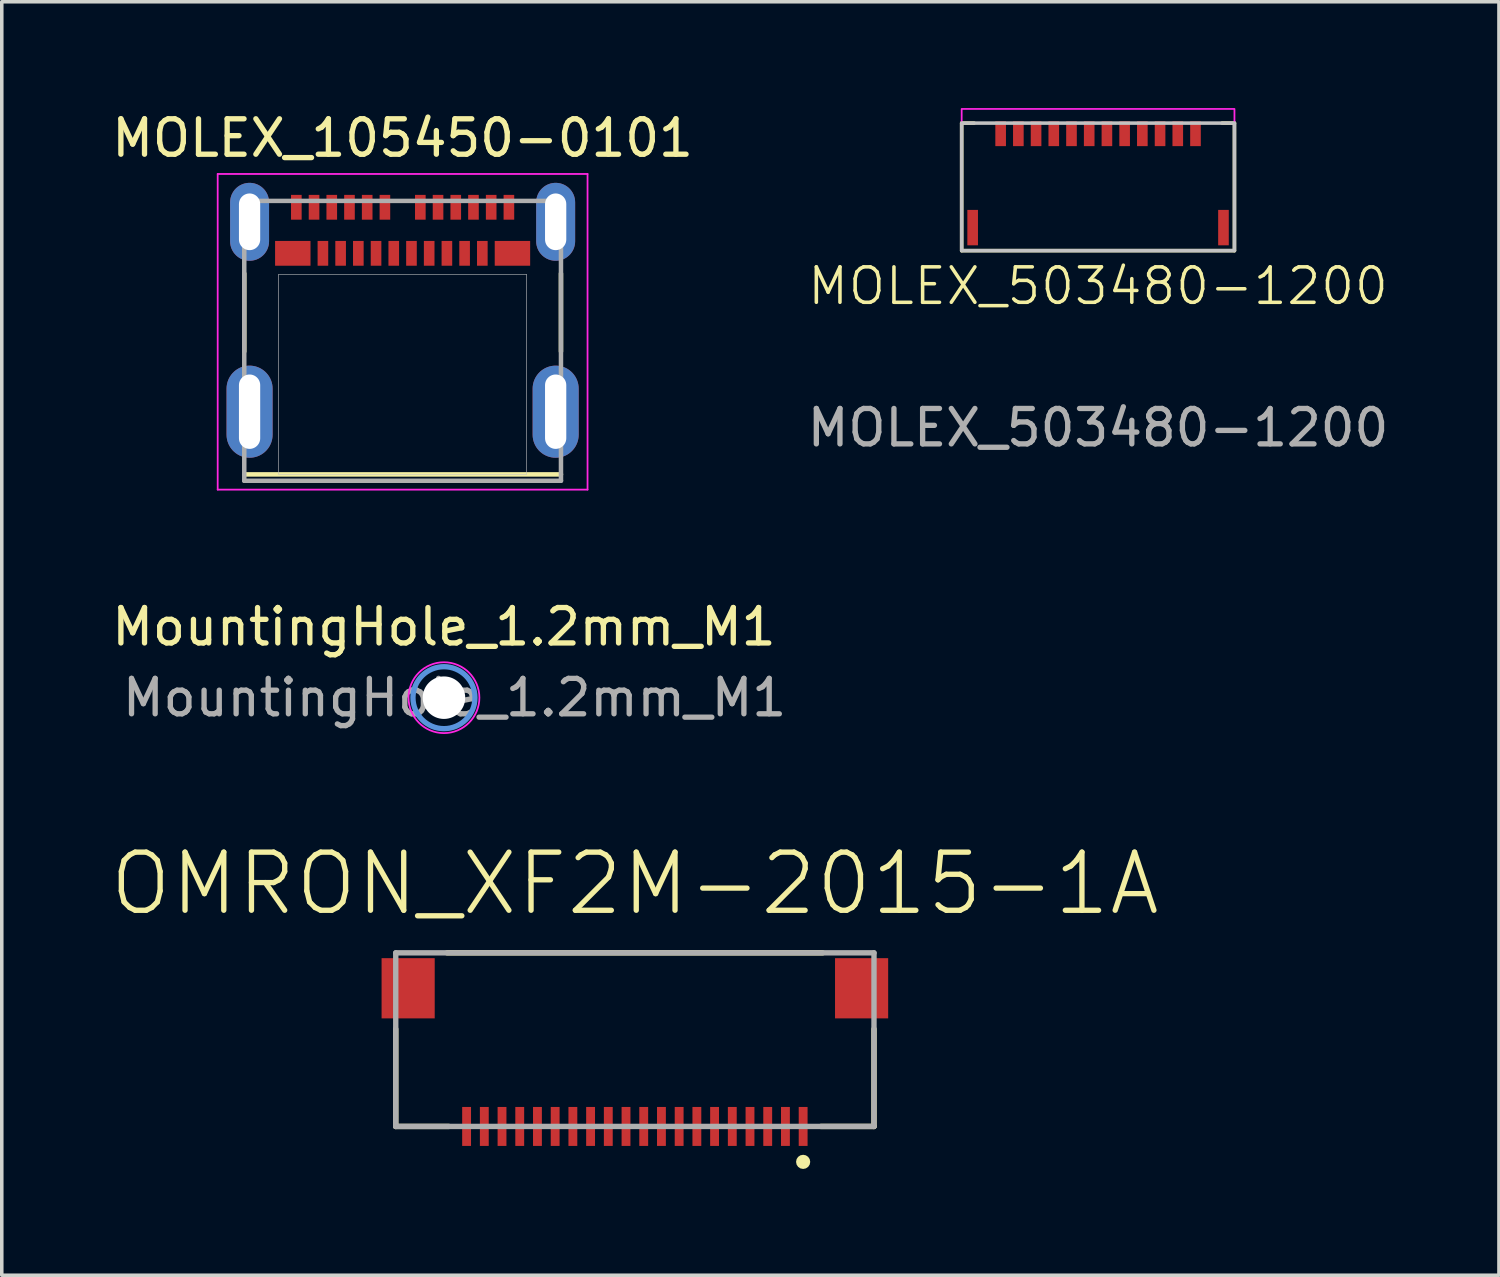
<source format=kicad_pcb>
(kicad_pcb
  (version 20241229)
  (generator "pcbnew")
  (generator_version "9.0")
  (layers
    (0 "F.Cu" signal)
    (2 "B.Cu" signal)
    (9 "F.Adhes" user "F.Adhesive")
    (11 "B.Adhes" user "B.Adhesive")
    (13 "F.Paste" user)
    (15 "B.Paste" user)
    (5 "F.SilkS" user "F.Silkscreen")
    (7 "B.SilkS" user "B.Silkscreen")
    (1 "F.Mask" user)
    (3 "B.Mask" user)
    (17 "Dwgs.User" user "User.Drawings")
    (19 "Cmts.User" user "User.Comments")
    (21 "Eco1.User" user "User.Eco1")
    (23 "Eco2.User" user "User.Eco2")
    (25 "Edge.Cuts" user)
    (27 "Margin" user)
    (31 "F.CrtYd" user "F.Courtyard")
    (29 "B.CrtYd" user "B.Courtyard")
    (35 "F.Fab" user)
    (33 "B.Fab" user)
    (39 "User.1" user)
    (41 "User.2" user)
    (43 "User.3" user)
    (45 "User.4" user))
  (footprint "MOLEX_105450-0101"
    (layer "F.Cu")
    (at 8.315 6.571)
    (property "Reference" "MOLEX_105450-0101" (at 0 -5.723 0) (layer "F.SilkS") (effects (font (size 1 1) (thickness 0.15))))
    (attr through_hole)
    (fp_line (start -4.47 0.3) (end -4.47 -1.9) (stroke (width 0.127) (type solid)) (layer "F.SilkS"))
    (fp_line (start -4.47 3.77) (end 4.47 3.77) (stroke (width 0.127) (type solid)) (layer "F.SilkS"))
    (fp_line (start 4.47 0.3) (end 4.47 -1.9) (stroke (width 0.127) (type solid)) (layer "F.SilkS"))
    (fp_poly (pts (xy -3.502 -1.88) (xy 3.5 -1.88) (xy 3.5 3.773) (xy -3.502 3.773)) (stroke (width 0.01) (type solid)) (fill no) (layer "Dwgs.User"))
    (fp_poly (pts (xy -3.501 -1.88) (xy 3.5 -1.88) (xy 3.5 3.771) (xy -3.501 3.771)) (stroke (width 0.01) (type solid)) (fill no) (layer "Dwgs.User"))
    (fp_line (start -5.22 -4.71) (end 5.22 -4.71) (stroke (width 0.05) (type solid)) (layer "F.CrtYd"))
    (fp_line (start -5.22 4.2) (end -5.22 -4.71) (stroke (width 0.05) (type solid)) (layer "F.CrtYd"))
    (fp_line (start 5.22 -4.71) (end 5.22 4.2) (stroke (width 0.05) (type solid)) (layer "F.CrtYd"))
    (fp_line (start 5.22 4.2) (end -5.22 4.2) (stroke (width 0.05) (type solid)) (layer "F.CrtYd"))
    (fp_line (start -4.47 -3.95) (end -4.47 3.95) (stroke (width 0.127) (type solid)) (layer "F.Fab"))
    (fp_line (start -4.47 3.95) (end 4.47 3.95) (stroke (width 0.127) (type solid)) (layer "F.Fab"))
    (fp_line (start 4.47 -3.95) (end -4.47 -3.95) (stroke (width 0.127) (type solid)) (layer "F.Fab"))
    (fp_line (start 4.47 3.95) (end 4.47 -3.95) (stroke (width 0.127) (type solid)) (layer "F.Fab"))
    (pad "A1" smd rect (at -3 -3.77) (size 0.3 0.7) (layers "F.Cu" "F.Mask" "F.Paste"))
    (pad "A2" smd rect (at -2.5 -3.77) (size 0.3 0.7) (layers "F.Cu" "F.Mask" "F.Paste"))
    (pad "A3" smd rect (at -2 -3.77) (size 0.3 0.7) (layers "F.Cu" "F.Mask" "F.Paste"))
    (pad "A4" smd rect (at -1.5 -3.77) (size 0.3 0.7) (layers "F.Cu" "F.Mask" "F.Paste"))
    (pad "A5" smd rect (at -1 -3.77) (size 0.3 0.7) (layers "F.Cu" "F.Mask" "F.Paste"))
    (pad "A6" smd rect (at -0.5 -3.77) (size 0.3 0.7) (layers "F.Cu" "F.Mask" "F.Paste"))
    (pad "A7" smd rect (at 0.5 -3.77) (size 0.3 0.7) (layers "F.Cu" "F.Mask" "F.Paste"))
    (pad "A8" smd rect (at 1 -3.77) (size 0.3 0.7) (layers "F.Cu" "F.Mask" "F.Paste"))
    (pad "A9" smd rect (at 1.5 -3.77) (size 0.3 0.7) (layers "F.Cu" "F.Mask" "F.Paste"))
    (pad "A10" smd rect (at 2 -3.77) (size 0.3 0.7) (layers "F.Cu" "F.Mask" "F.Paste"))
    (pad "A11" smd rect (at 2.5 -3.77) (size 0.3 0.7) (layers "F.Cu" "F.Mask" "F.Paste"))
    (pad "A12" smd rect (at 3 -3.77) (size 0.3 0.7) (layers "F.Cu" "F.Mask" "F.Paste"))
    (pad "B1" smd rect (at 3.1 -2.47) (size 1 0.7) (layers "F.Cu" "F.Mask" "F.Paste"))
    (pad "B2" smd rect (at 2.25 -2.47) (size 0.3 0.7) (layers "F.Cu" "F.Mask" "F.Paste"))
    (pad "B3" smd rect (at 1.75 -2.47) (size 0.3 0.7) (layers "F.Cu" "F.Mask" "F.Paste"))
    (pad "B4" smd rect (at 1.25 -2.47) (size 0.3 0.7) (layers "F.Cu" "F.Mask" "F.Paste"))
    (pad "B5" smd rect (at 0.75 -2.47) (size 0.3 0.7) (layers "F.Cu" "F.Mask" "F.Paste"))
    (pad "B6" smd rect (at 0.25 -2.47) (size 0.3 0.7) (layers "F.Cu" "F.Mask" "F.Paste"))
    (pad "B7" smd rect (at -0.25 -2.47) (size 0.3 0.7) (layers "F.Cu" "F.Mask" "F.Paste"))
    (pad "B8" smd rect (at -0.75 -2.47) (size 0.3 0.7) (layers "F.Cu" "F.Mask" "F.Paste"))
    (pad "B9" smd rect (at -1.25 -2.47) (size 0.3 0.7) (layers "F.Cu" "F.Mask" "F.Paste"))
    (pad "B10" smd rect (at -1.75 -2.47) (size 0.3 0.7) (layers "F.Cu" "F.Mask" "F.Paste"))
    (pad "B11" smd rect (at -2.25 -2.47) (size 0.3 0.7) (layers "F.Cu" "F.Mask" "F.Paste"))
    (pad "B12" smd rect (at -3.1 -2.47) (size 1 0.7) (layers "F.Cu" "F.Mask" "F.Paste"))
    (pad "S1" thru_hole oval (at -4.32 -3.36) (size 1.1 2.2) (drill oval 0.6 1.6) (layers "*.Cu" "*.Mask"))
    (pad "S2" thru_hole oval (at 4.32 -3.36) (size 1.1 2.2) (drill oval 0.6 1.6) (layers "*.Cu" "*.Mask"))
    (pad "S3" thru_hole oval (at -4.32 2) (size 1.3 2.6) (drill oval 0.6 2.1) (layers "*.Cu" "*.Mask"))
    (pad "S4" thru_hole oval (at 4.32 2) (size 1.3 2.6) (drill oval 0.6 2.1) (layers "*.Cu" "*.Mask")))
  (footprint "MOLEX_503480-1200"
    (layer "F.Cu")
    (at 27.946 4.025)
    (property "Reference" "MOLEX_503480-1200" (at 0 1 0) (unlocked yes) (layer "F.SilkS") (effects (font (size 1 1) (thickness 0.1))))
    (attr smd)
    (fp_line (start -3.85 -3.6) (end -3.85 0) (stroke (width 0.1) (type default)) (layer "F.SilkS"))
    (fp_line (start -3.85 0) (end 3.85 0) (stroke (width 0.1) (type default)) (layer "F.SilkS"))
    (fp_line (start -3.5 -3.6) (end -3.85 -3.6) (stroke (width 0.1) (type default)) (layer "F.SilkS"))
    (fp_line (start 3.85 -3.6) (end 3.5 -3.6) (stroke (width 0.1) (type default)) (layer "F.SilkS"))
    (fp_line (start 3.85 0) (end 3.85 -3.6) (stroke (width 0.1) (type default)) (layer "F.SilkS"))
    (fp_rect (start -3.85 -3.6) (end 3.85 0) (stroke (width 0.1) (type default)) (fill no) (layer "Dwgs.User"))
    (fp_rect (start -3.85 -4) (end 3.85 0) (stroke (width 0.05) (type default)) (fill no) (layer "F.CrtYd"))
    (fp_text user "${REFERENCE}" (at 0 5 0) (unlocked yes) (layer "F.Fab") (effects (font (size 1 1) (thickness 0.15))))
    (pad "1" smd rect (at 2.75 -3.3) (size 0.3 0.7) (layers "F.Cu" "F.Mask" "F.Paste"))
    (pad "2" smd rect (at 2.25 -3.3) (size 0.3 0.7) (layers "F.Cu" "F.Mask" "F.Paste"))
    (pad "3" smd rect (at 1.75 -3.3) (size 0.3 0.7) (layers "F.Cu" "F.Mask" "F.Paste"))
    (pad "4" smd rect (at 1.25 -3.3) (size 0.3 0.7) (layers "F.Cu" "F.Mask" "F.Paste"))
    (pad "5" smd rect (at 0.75 -3.3) (size 0.3 0.7) (layers "F.Cu" "F.Mask" "F.Paste"))
    (pad "6" smd rect (at 0.25 -3.3) (size 0.3 0.7) (layers "F.Cu" "F.Mask" "F.Paste"))
    (pad "7" smd rect (at -0.25 -3.3) (size 0.3 0.7) (layers "F.Cu" "F.Mask" "F.Paste"))
    (pad "8" smd rect (at -0.75 -3.3) (size 0.3 0.7) (layers "F.Cu" "F.Mask" "F.Paste"))
    (pad "9" smd rect (at -1.25 -3.3) (size 0.3 0.7) (layers "F.Cu" "F.Mask" "F.Paste"))
    (pad "10" smd rect (at -1.75 -3.3) (size 0.3 0.7) (layers "F.Cu" "F.Mask" "F.Paste"))
    (pad "11" smd rect (at -2.25 -3.3) (size 0.3 0.7) (layers "F.Cu" "F.Mask" "F.Paste"))
    (pad "12" smd rect (at -2.75 -3.3) (size 0.3 0.7) (layers "F.Cu" "F.Mask" "F.Paste"))
    (pad "MP" smd rect (at -3.54 -0.65) (size 0.3 1) (layers "F.Cu" "F.Mask" "F.Paste"))
    (pad "MP" smd rect (at 3.54 -0.65) (size 0.3 1) (layers "F.Cu" "F.Mask" "F.Paste")))
  (footprint "OMRON_XF2M-2015-1A"
    (layer "F.Cu")
    (at 14.871 28.747)
    (property "Reference" "OMRON_XF2M-2015-1A" (at 0 -6.854 0) (layer "F.SilkS") (effects (font (size 1.641 1.641) (thickness 0.15))))
    (attr through_hole)
    (fp_line (start -6.75 -2.75) (end -6.75 0) (stroke (width 0.152) (type solid)) (layer "F.SilkS"))
    (fp_line (start -6.75 0) (end -5.25 0) (stroke (width 0.152) (type solid)) (layer "F.SilkS"))
    (fp_line (start 5.25 0) (end 6.75 0) (stroke (width 0.152) (type solid)) (layer "F.SilkS"))
    (fp_line (start 5.3 -4.9) (end -5.3 -4.9) (stroke (width 0.152) (type solid)) (layer "F.SilkS"))
    (fp_line (start 6.75 0) (end 6.75 -2.75) (stroke (width 0.152) (type solid)) (layer "F.SilkS"))
    (fp_circle (center 4.75 1) (end 4.85 1) (stroke (width 0.2) (type solid)) (fill no) (layer "F.SilkS"))
    (fp_line (start -6.75 -4.9) (end -6.75 0) (stroke (width 0.152) (type solid)) (layer "F.Fab"))
    (fp_line (start -6.75 0) (end 6.75 0) (stroke (width 0.152) (type solid)) (layer "F.Fab"))
    (fp_line (start 6.75 -4.9) (end -6.75 -4.9) (stroke (width 0.152) (type solid)) (layer "F.Fab"))
    (fp_line (start 6.75 0) (end 6.75 -4.9) (stroke (width 0.152) (type solid)) (layer "F.Fab"))
    (pad "" smd rect (at -6.4 -3.9) (size 1.5 1.7) (layers "F.Cu" "F.Mask" "F.Paste"))
    (pad "" smd rect (at 6.4 -3.9) (size 1.5 1.7) (layers "F.Cu" "F.Mask" "F.Paste"))
    (pad "1" smd rect (at 4.75 0) (size 0.25 1.1) (layers "F.Cu" "F.Mask" "F.Paste"))
    (pad "2" smd rect (at 4.25 0) (size 0.25 1.1) (layers "F.Cu" "F.Mask" "F.Paste"))
    (pad "3" smd rect (at 3.75 0) (size 0.25 1.1) (layers "F.Cu" "F.Mask" "F.Paste"))
    (pad "4" smd rect (at 3.25 0) (size 0.25 1.1) (layers "F.Cu" "F.Mask" "F.Paste"))
    (pad "5" smd rect (at 2.75 0) (size 0.25 1.1) (layers "F.Cu" "F.Mask" "F.Paste"))
    (pad "6" smd rect (at 2.25 0) (size 0.25 1.1) (layers "F.Cu" "F.Mask" "F.Paste"))
    (pad "7" smd rect (at 1.75 0) (size 0.25 1.1) (layers "F.Cu" "F.Mask" "F.Paste"))
    (pad "8" smd rect (at 1.25 0) (size 0.25 1.1) (layers "F.Cu" "F.Mask" "F.Paste"))
    (pad "9" smd rect (at 0.75 0) (size 0.25 1.1) (layers "F.Cu" "F.Mask" "F.Paste"))
    (pad "10" smd rect (at 0.25 0) (size 0.25 1.1) (layers "F.Cu" "F.Mask" "F.Paste"))
    (pad "11" smd rect (at -0.25 0) (size 0.25 1.1) (layers "F.Cu" "F.Mask" "F.Paste"))
    (pad "12" smd rect (at -0.75 0) (size 0.25 1.1) (layers "F.Cu" "F.Mask" "F.Paste"))
    (pad "13" smd rect (at -1.25 0) (size 0.25 1.1) (layers "F.Cu" "F.Mask" "F.Paste"))
    (pad "14" smd rect (at -1.75 0) (size 0.25 1.1) (layers "F.Cu" "F.Mask" "F.Paste"))
    (pad "15" smd rect (at -2.25 0) (size 0.25 1.1) (layers "F.Cu" "F.Mask" "F.Paste"))
    (pad "16" smd rect (at -2.75 0) (size 0.25 1.1) (layers "F.Cu" "F.Mask" "F.Paste"))
    (pad "17" smd rect (at -3.25 0) (size 0.25 1.1) (layers "F.Cu" "F.Mask" "F.Paste"))
    (pad "18" smd rect (at -3.75 0) (size 0.25 1.1) (layers "F.Cu" "F.Mask" "F.Paste"))
    (pad "19" smd rect (at -4.25 0) (size 0.25 1.1) (layers "F.Cu" "F.Mask" "F.Paste"))
    (pad "20" smd rect (at -4.75 0) (size 0.25 1.1) (layers "F.Cu" "F.Mask" "F.Paste")))
  (footprint "MountingHole_1.2mm_M1"
    (layer "F.Cu")
    (at 9.482 16.644)
    (property "Reference" "MountingHole_1.2mm_M1" (at 0 -2 0) (layer "F.SilkS") (effects (font (size 1 1) (thickness 0.15))))
    (attr exclude_from_pos_files exclude_from_bom)
    (fp_circle (center 0 0) (end 0.875 0) (stroke (width 0.15) (type solid)) (fill no) (layer "Cmts.User"))
    (fp_circle (center 0 0) (end 1 0) (stroke (width 0.05) (type solid)) (fill no) (layer "F.CrtYd"))
    (fp_text user "${REFERENCE}" (at 0.3 0 0) (layer "F.Fab") (effects (font (size 1 1) (thickness 0.15))))
    (pad "" np_thru_hole circle (at 0 0) (size 1.2 1.2) (drill 1.2) (layers "*.Cu" "*.Mask")))
  (gr_rect
    (start -3 -3)
    (end 39.262 32.947)
    (stroke (width 0.1) (type default))
    (fill no)
    (layer "Edge.Cuts")))
</source>
